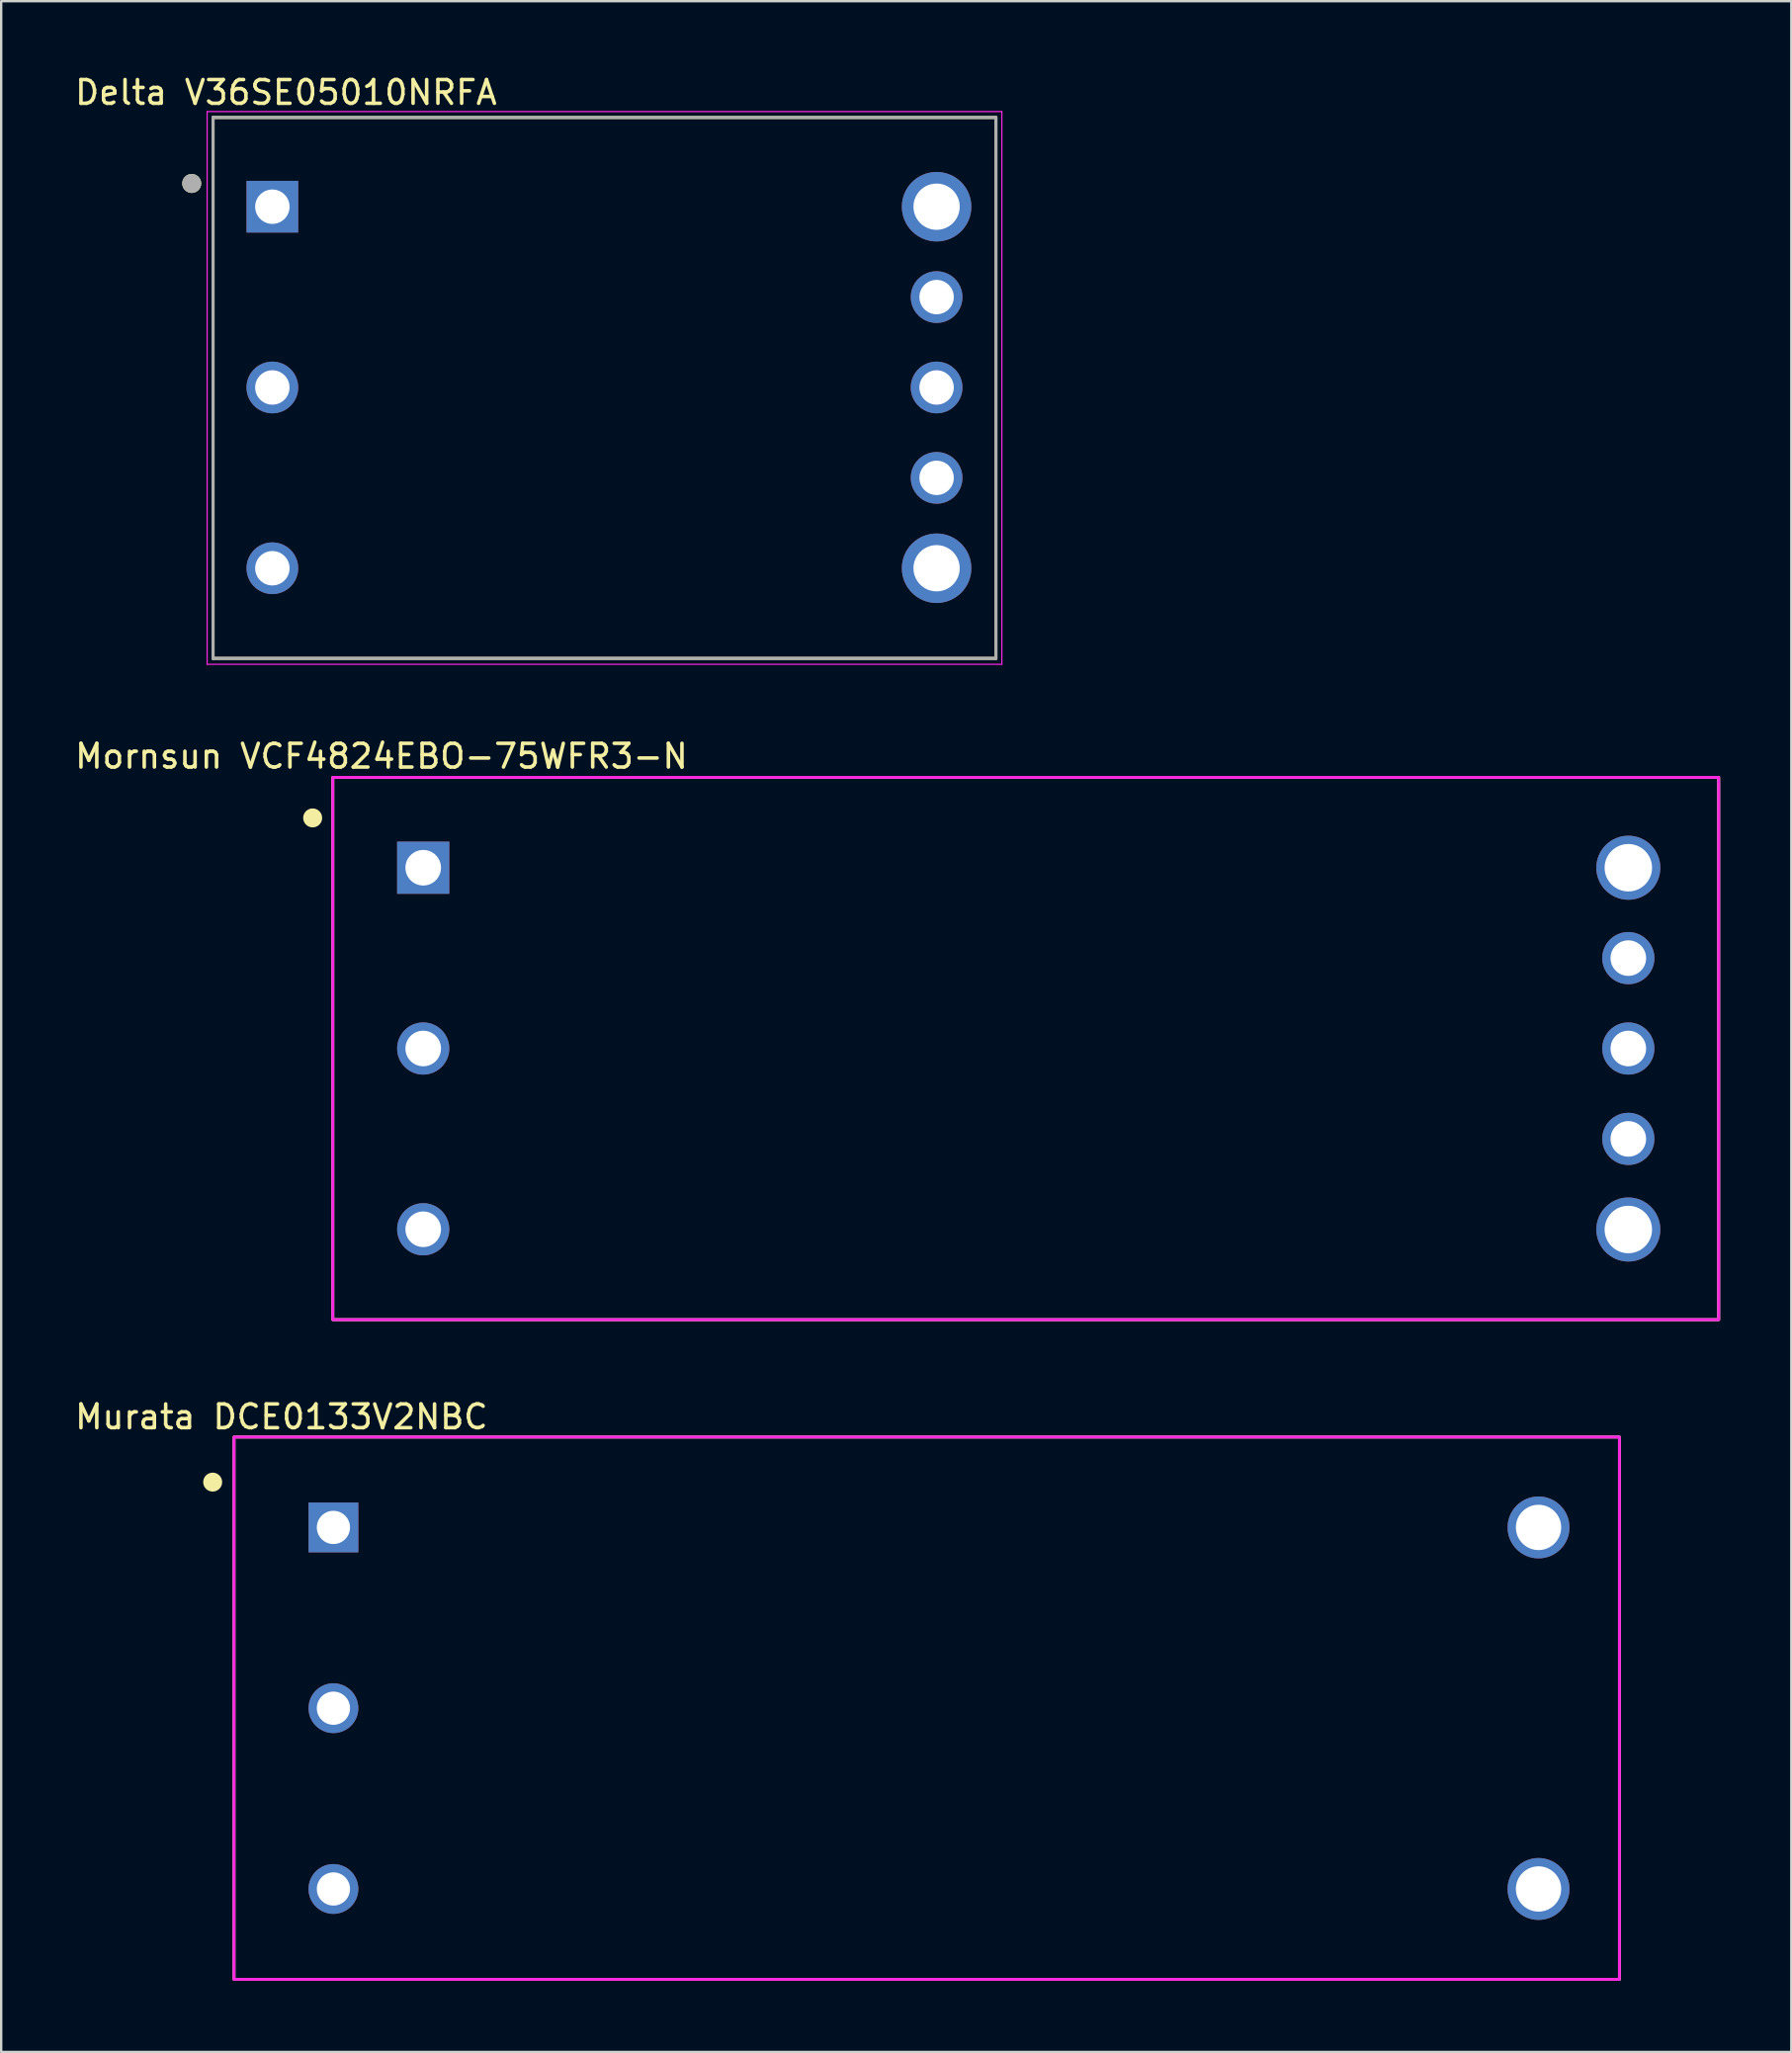
<source format=kicad_pcb>
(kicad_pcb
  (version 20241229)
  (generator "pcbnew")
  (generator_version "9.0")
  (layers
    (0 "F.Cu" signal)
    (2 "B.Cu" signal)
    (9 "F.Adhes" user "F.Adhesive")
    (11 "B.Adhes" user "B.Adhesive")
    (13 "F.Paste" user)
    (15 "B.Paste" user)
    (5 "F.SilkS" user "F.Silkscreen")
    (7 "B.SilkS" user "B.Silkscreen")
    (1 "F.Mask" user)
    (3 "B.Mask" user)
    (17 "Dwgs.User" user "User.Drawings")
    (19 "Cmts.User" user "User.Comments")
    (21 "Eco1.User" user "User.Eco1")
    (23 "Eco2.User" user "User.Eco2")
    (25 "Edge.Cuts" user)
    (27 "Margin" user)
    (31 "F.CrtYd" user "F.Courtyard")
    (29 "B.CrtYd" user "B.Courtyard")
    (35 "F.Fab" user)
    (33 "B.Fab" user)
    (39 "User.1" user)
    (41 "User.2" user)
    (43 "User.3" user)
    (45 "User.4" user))
  (footprint "Murata DCE0133V2NBC"
    (layer "F.Cu")
    (at 6.815 57.525)
    (property "Reference" "Murata DCE0133V2NBC" (at 2 -0.85 0) (unlocked yes) (layer "F.SilkS") (effects (font (size 1 1) (thickness 0.15))))
    (attr through_hole)
    (fp_rect (start 0 22.86) (end 58.4 0) (stroke (width 0.12) (type default)) (fill no) (layer "F.SilkS"))
    (fp_circle (center -0.9 1.9) (end -0.7 1.9) (stroke (width 0.4) (type solid)) (fill no) (layer "F.SilkS"))
    (fp_rect (start 0 22.86) (end 58.4 0) (stroke (width 0.12) (type default)) (fill no) (layer "F.CrtYd"))
    (fp_rect (start 0 22.86) (end 58.4 0) (stroke (width 0.1) (type default)) (fill no) (layer "F.Fab"))
    (pad "1" thru_hole rect (at 4.19 3.81) (size 2.1 2.1) (drill 1.4) (layers "*.Cu" "*.Mask"))
    (pad "2" thru_hole circle (at 4.19 11.43) (size 2.1 2.1) (drill 1.4) (layers "*.Cu" "*.Mask"))
    (pad "3" thru_hole circle (at 4.19 19.05) (size 2.1 2.1) (drill 1.4) (layers "*.Cu" "*.Mask"))
    (pad "4" thru_hole circle (at 54.99 19.05) (size 2.61 2.61) (drill 1.91) (layers "*.Cu" "*.Mask"))
    (pad "8" thru_hole circle (at 54.99 3.81) (size 2.61 2.61) (drill 1.91) (layers "*.Cu" "*.Mask")))
  (footprint "Delta V36SE05010NRFA"
    (layer "F.Cu")
    (at 22.431 13.283)
    (property "Reference" "Delta V36SE05010NRFA" (at -13.425 -12.435 0) (layer "F.SilkS") (effects (font (size 1 1) (thickness 0.15))))
    (attr through_hole)
    (fp_line (start -16.5 -11.38) (end 16.5 -11.38) (stroke (width 0.127) (type solid)) (layer "F.SilkS"))
    (fp_line (start -16.5 11.42) (end -16.5 -11.38) (stroke (width 0.127) (type solid)) (layer "F.SilkS"))
    (fp_line (start 16.5 -11.38) (end 16.5 11.42) (stroke (width 0.127) (type solid)) (layer "F.SilkS"))
    (fp_line (start 16.5 11.42) (end -16.5 11.42) (stroke (width 0.127) (type solid)) (layer "F.SilkS"))
    (fp_circle (center -17.4 -8.6) (end -17.2 -8.6) (stroke (width 0.4) (type solid)) (fill no) (layer "F.SilkS"))
    (fp_line (start -16.75 -11.63) (end -16.75 11.67) (stroke (width 0.05) (type solid)) (layer "F.CrtYd"))
    (fp_line (start -16.75 11.67) (end 16.75 11.67) (stroke (width 0.05) (type solid)) (layer "F.CrtYd"))
    (fp_line (start 16.75 -11.63) (end -16.75 -11.63) (stroke (width 0.05) (type solid)) (layer "F.CrtYd"))
    (fp_line (start 16.75 11.67) (end 16.75 -11.63) (stroke (width 0.05) (type solid)) (layer "F.CrtYd"))
    (fp_line (start -16.5 -11.38) (end 16.5 -11.38) (stroke (width 0.127) (type solid)) (layer "F.Fab"))
    (fp_line (start -16.5 11.42) (end -16.5 -11.38) (stroke (width 0.127) (type solid)) (layer "F.Fab"))
    (fp_line (start 16.5 -11.38) (end 16.5 11.42) (stroke (width 0.127) (type solid)) (layer "F.Fab"))
    (fp_line (start 16.5 11.42) (end -16.5 11.42) (stroke (width 0.127) (type solid)) (layer "F.Fab"))
    (fp_circle (center -17.4 -8.6) (end -17.2 -8.6) (stroke (width 0.4) (type solid)) (fill no) (layer "F.Fab"))
    (pad "1" thru_hole rect (at -14 -7.62) (size 2.18 2.18) (drill 1.45) (layers "*.Cu" "*.Mask"))
    (pad "2" thru_hole circle (at -14 0) (size 2.18 2.18) (drill 1.45) (layers "*.Cu" "*.Mask"))
    (pad "3" thru_hole circle (at -14 7.62) (size 2.18 2.18) (drill 1.45) (layers "*.Cu" "*.Mask"))
    (pad "4" thru_hole circle (at 14 7.62) (size 2.93 2.93) (drill 1.95) (layers "*.Cu" "*.Mask"))
    (pad "5" thru_hole circle (at 14 3.81) (size 2.18 2.18) (drill 1.45) (layers "*.Cu" "*.Mask"))
    (pad "6" thru_hole circle (at 14 0) (size 2.18 2.18) (drill 1.45) (layers "*.Cu" "*.Mask"))
    (pad "7" thru_hole circle (at 14 -3.81) (size 2.18 2.18) (drill 1.45) (layers "*.Cu" "*.Mask"))
    (pad "8" thru_hole circle (at 14 -7.62) (size 2.93 2.93) (drill 1.95) (layers "*.Cu" "*.Mask")))
  (footprint "Mornsun VCF4824EBO-75WFR3-N"
    (layer "F.Cu")
    (at 10.98 52.577)
    (property "Reference" "Mornsun VCF4824EBO-75WFR3-N" (at 2.05 -23.75 0) (unlocked yes) (layer "F.SilkS") (effects (font (size 1 1) (thickness 0.15))))
    (attr through_hole)
    (fp_rect (start 0 0) (end 58.42 -22.86) (stroke (width 0.12) (type default)) (fill no) (layer "F.SilkS"))
    (fp_circle (center -0.85 -21.15) (end -0.65 -21.15) (stroke (width 0.4) (type solid)) (fill no) (layer "F.SilkS"))
    (fp_rect (start 0 0) (end 58.42 -22.86) (stroke (width 0.12) (type default)) (fill no) (layer "F.CrtYd"))
    (fp_rect (start 0 0) (end 58.42 -22.86) (stroke (width 0.1) (type default)) (fill no) (layer "F.Fab"))
    (pad "1" thru_hole rect (at 3.81 -19.05) (size 2.2 2.2) (drill 1.5) (layers "*.Cu" "*.Mask"))
    (pad "2" thru_hole circle (at 3.81 -11.43) (size 2.2 2.2) (drill 1.5) (layers "*.Cu" "*.Mask"))
    (pad "3" thru_hole circle (at 3.81 -3.81) (size 2.2 2.2) (drill 1.5) (layers "*.Cu" "*.Mask"))
    (pad "4" thru_hole circle (at 54.61 -3.8) (size 2.7 2.7) (drill 2) (layers "*.Cu" "*.Mask"))
    (pad "5" thru_hole circle (at 54.61 -7.62) (size 2.2 2.2) (drill 1.5) (layers "*.Cu" "*.Mask"))
    (pad "6" thru_hole circle (at 54.61 -11.43) (size 2.2 2.2) (drill 1.5) (layers "*.Cu" "*.Mask"))
    (pad "7" thru_hole circle (at 54.61 -15.24) (size 2.2 2.2) (drill 1.5) (layers "*.Cu" "*.Mask"))
    (pad "8" thru_hole circle (at 54.61 -19.05) (size 2.7 2.7) (drill 2) (layers "*.Cu" "*.Mask")))
  (gr_rect
    (start -3 -3)
    (end 72.46 83.445)
    (stroke (width 0.1) (type default))
    (fill no)
    (layer "Edge.Cuts")))
</source>
